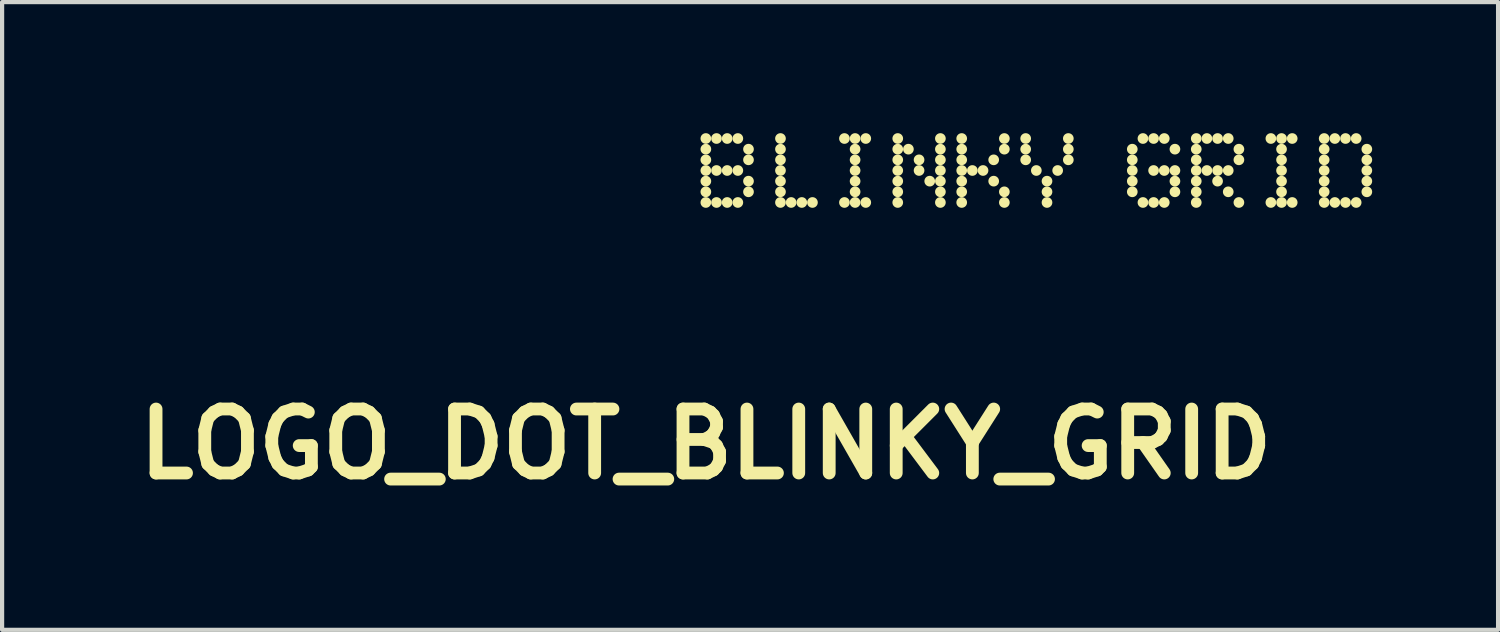
<source format=kicad_pcb>
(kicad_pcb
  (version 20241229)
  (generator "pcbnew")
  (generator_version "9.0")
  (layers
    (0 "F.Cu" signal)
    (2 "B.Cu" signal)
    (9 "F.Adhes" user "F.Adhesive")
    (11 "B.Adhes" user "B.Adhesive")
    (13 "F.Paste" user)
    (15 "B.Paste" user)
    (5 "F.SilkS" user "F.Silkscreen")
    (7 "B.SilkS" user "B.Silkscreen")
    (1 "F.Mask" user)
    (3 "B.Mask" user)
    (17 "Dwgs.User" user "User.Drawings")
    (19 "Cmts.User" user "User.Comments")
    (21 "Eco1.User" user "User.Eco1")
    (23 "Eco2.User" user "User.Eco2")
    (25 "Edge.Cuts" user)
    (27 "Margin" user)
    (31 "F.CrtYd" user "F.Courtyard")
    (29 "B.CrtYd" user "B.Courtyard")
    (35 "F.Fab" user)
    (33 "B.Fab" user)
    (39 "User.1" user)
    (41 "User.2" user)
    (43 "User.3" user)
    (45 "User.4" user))
  (footprint "LOGO_DOT_BLINKY_GRID"
    (layer "F.Cu")
    (at 13.767 0.25)
    (property "Reference" "LOGO_DOT_BLINKY_GRID" (at 0 7.28 0) (layer "F.SilkS") (effects (font (size 1.524 1.524) (thickness 0.305))))
    (attr through_hole)
    (fp_line (start 0 0) (end 0 0) (stroke (width 0.254) (type solid)) (layer "F.SilkS"))
    (fp_line (start 0 0.254) (end 0 0.254) (stroke (width 0.254) (type solid)) (layer "F.SilkS"))
    (fp_line (start 0 0.508) (end 0 0.508) (stroke (width 0.254) (type solid)) (layer "F.SilkS"))
    (fp_line (start 0 0.762) (end 0 0.762) (stroke (width 0.254) (type solid)) (layer "F.SilkS"))
    (fp_line (start 0 1.016) (end 0 1.016) (stroke (width 0.254) (type solid)) (layer "F.SilkS"))
    (fp_line (start 0 1.27) (end 0 1.27) (stroke (width 0.254) (type solid)) (layer "F.SilkS"))
    (fp_line (start 0 1.524) (end 0 1.524) (stroke (width 0.254) (type solid)) (layer "F.SilkS"))
    (fp_line (start 0.254 0) (end 0.254 0) (stroke (width 0.254) (type solid)) (layer "F.SilkS"))
    (fp_line (start 0.254 0.762) (end 0.254 0.762) (stroke (width 0.254) (type solid)) (layer "F.SilkS"))
    (fp_line (start 0.254 1.524) (end 0.254 1.524) (stroke (width 0.254) (type solid)) (layer "F.SilkS"))
    (fp_line (start 0.508 0) (end 0.508 0) (stroke (width 0.254) (type solid)) (layer "F.SilkS"))
    (fp_line (start 0.508 0.762) (end 0.508 0.762) (stroke (width 0.254) (type solid)) (layer "F.SilkS"))
    (fp_line (start 0.508 1.524) (end 0.508 1.524) (stroke (width 0.254) (type solid)) (layer "F.SilkS"))
    (fp_line (start 0.762 0) (end 0.762 0) (stroke (width 0.254) (type solid)) (layer "F.SilkS"))
    (fp_line (start 0.762 0.762) (end 0.762 0.762) (stroke (width 0.254) (type solid)) (layer "F.SilkS"))
    (fp_line (start 0.762 1.524) (end 0.762 1.524) (stroke (width 0.254) (type solid)) (layer "F.SilkS"))
    (fp_line (start 1.016 0.254) (end 1.016 0.254) (stroke (width 0.254) (type solid)) (layer "F.SilkS"))
    (fp_line (start 1.016 0.508) (end 1.016 0.508) (stroke (width 0.254) (type solid)) (layer "F.SilkS"))
    (fp_line (start 1.016 1.016) (end 1.016 1.016) (stroke (width 0.254) (type solid)) (layer "F.SilkS"))
    (fp_line (start 1.016 1.27) (end 1.016 1.27) (stroke (width 0.254) (type solid)) (layer "F.SilkS"))
    (fp_line (start 1.778 0) (end 1.778 0) (stroke (width 0.254) (type solid)) (layer "F.SilkS"))
    (fp_line (start 1.778 0.254) (end 1.778 0.254) (stroke (width 0.254) (type solid)) (layer "F.SilkS"))
    (fp_line (start 1.778 0.508) (end 1.778 0.508) (stroke (width 0.254) (type solid)) (layer "F.SilkS"))
    (fp_line (start 1.778 0.762) (end 1.778 0.762) (stroke (width 0.254) (type solid)) (layer "F.SilkS"))
    (fp_line (start 1.778 1.016) (end 1.778 1.016) (stroke (width 0.254) (type solid)) (layer "F.SilkS"))
    (fp_line (start 1.778 1.27) (end 1.778 1.27) (stroke (width 0.254) (type solid)) (layer "F.SilkS"))
    (fp_line (start 1.778 1.524) (end 1.778 1.524) (stroke (width 0.254) (type solid)) (layer "F.SilkS"))
    (fp_line (start 2.032 1.524) (end 2.032 1.524) (stroke (width 0.254) (type solid)) (layer "F.SilkS"))
    (fp_line (start 2.286 1.524) (end 2.286 1.524) (stroke (width 0.254) (type solid)) (layer "F.SilkS"))
    (fp_line (start 2.54 1.524) (end 2.54 1.524) (stroke (width 0.254) (type solid)) (layer "F.SilkS"))
    (fp_line (start 3.302 0) (end 3.302 0) (stroke (width 0.254) (type solid)) (layer "F.SilkS"))
    (fp_line (start 3.302 1.524) (end 3.302 1.524) (stroke (width 0.254) (type solid)) (layer "F.SilkS"))
    (fp_line (start 3.556 0) (end 3.556 0) (stroke (width 0.254) (type solid)) (layer "F.SilkS"))
    (fp_line (start 3.556 0.254) (end 3.556 0.254) (stroke (width 0.254) (type solid)) (layer "F.SilkS"))
    (fp_line (start 3.556 0.508) (end 3.556 0.508) (stroke (width 0.254) (type solid)) (layer "F.SilkS"))
    (fp_line (start 3.556 0.762) (end 3.556 0.762) (stroke (width 0.254) (type solid)) (layer "F.SilkS"))
    (fp_line (start 3.556 1.016) (end 3.556 1.016) (stroke (width 0.254) (type solid)) (layer "F.SilkS"))
    (fp_line (start 3.556 1.27) (end 3.556 1.27) (stroke (width 0.254) (type solid)) (layer "F.SilkS"))
    (fp_line (start 3.556 1.524) (end 3.556 1.524) (stroke (width 0.254) (type solid)) (layer "F.SilkS"))
    (fp_line (start 3.81 0) (end 3.81 0) (stroke (width 0.254) (type solid)) (layer "F.SilkS"))
    (fp_line (start 3.81 1.524) (end 3.81 1.524) (stroke (width 0.254) (type solid)) (layer "F.SilkS"))
    (fp_line (start 4.572 0) (end 4.572 0) (stroke (width 0.254) (type solid)) (layer "F.SilkS"))
    (fp_line (start 4.572 0.254) (end 4.572 0.254) (stroke (width 0.254) (type solid)) (layer "F.SilkS"))
    (fp_line (start 4.572 0.508) (end 4.572 0.508) (stroke (width 0.254) (type solid)) (layer "F.SilkS"))
    (fp_line (start 4.572 0.762) (end 4.572 0.762) (stroke (width 0.254) (type solid)) (layer "F.SilkS"))
    (fp_line (start 4.572 1.016) (end 4.572 1.016) (stroke (width 0.254) (type solid)) (layer "F.SilkS"))
    (fp_line (start 4.572 1.27) (end 4.572 1.27) (stroke (width 0.254) (type solid)) (layer "F.SilkS"))
    (fp_line (start 4.572 1.524) (end 4.572 1.524) (stroke (width 0.254) (type solid)) (layer "F.SilkS"))
    (fp_line (start 4.826 0.254) (end 4.826 0.254) (stroke (width 0.254) (type solid)) (layer "F.SilkS"))
    (fp_line (start 5.08 0.508) (end 5.08 0.508) (stroke (width 0.254) (type solid)) (layer "F.SilkS"))
    (fp_line (start 5.08 0.762) (end 5.08 0.762) (stroke (width 0.254) (type solid)) (layer "F.SilkS"))
    (fp_line (start 5.334 1.016) (end 5.334 1.016) (stroke (width 0.254) (type solid)) (layer "F.SilkS"))
    (fp_line (start 5.588 0) (end 5.588 0) (stroke (width 0.254) (type solid)) (layer "F.SilkS"))
    (fp_line (start 5.588 0.254) (end 5.588 0.254) (stroke (width 0.254) (type solid)) (layer "F.SilkS"))
    (fp_line (start 5.588 0.508) (end 5.588 0.508) (stroke (width 0.254) (type solid)) (layer "F.SilkS"))
    (fp_line (start 5.588 0.762) (end 5.588 0.762) (stroke (width 0.254) (type solid)) (layer "F.SilkS"))
    (fp_line (start 5.588 1.016) (end 5.588 1.016) (stroke (width 0.254) (type solid)) (layer "F.SilkS"))
    (fp_line (start 5.588 1.27) (end 5.588 1.27) (stroke (width 0.254) (type solid)) (layer "F.SilkS"))
    (fp_line (start 5.588 1.524) (end 5.588 1.524) (stroke (width 0.254) (type solid)) (layer "F.SilkS"))
    (fp_line (start 6.096 0) (end 6.096 0) (stroke (width 0.254) (type solid)) (layer "F.SilkS"))
    (fp_line (start 6.096 0.254) (end 6.096 0.254) (stroke (width 0.254) (type solid)) (layer "F.SilkS"))
    (fp_line (start 6.096 0.508) (end 6.096 0.508) (stroke (width 0.254) (type solid)) (layer "F.SilkS"))
    (fp_line (start 6.096 0.762) (end 6.096 0.762) (stroke (width 0.254) (type solid)) (layer "F.SilkS"))
    (fp_line (start 6.096 1.016) (end 6.096 1.016) (stroke (width 0.254) (type solid)) (layer "F.SilkS"))
    (fp_line (start 6.096 1.27) (end 6.096 1.27) (stroke (width 0.254) (type solid)) (layer "F.SilkS"))
    (fp_line (start 6.096 1.524) (end 6.096 1.524) (stroke (width 0.254) (type solid)) (layer "F.SilkS"))
    (fp_line (start 6.35 0.762) (end 6.35 0.762) (stroke (width 0.254) (type solid)) (layer "F.SilkS"))
    (fp_line (start 6.604 0.762) (end 6.604 0.762) (stroke (width 0.254) (type solid)) (layer "F.SilkS"))
    (fp_line (start 6.858 0.508) (end 6.858 0.508) (stroke (width 0.254) (type solid)) (layer "F.SilkS"))
    (fp_line (start 6.858 1.016) (end 6.858 1.016) (stroke (width 0.254) (type solid)) (layer "F.SilkS"))
    (fp_line (start 7.112 0) (end 7.112 0) (stroke (width 0.254) (type solid)) (layer "F.SilkS"))
    (fp_line (start 7.112 0.254) (end 7.112 0.254) (stroke (width 0.254) (type solid)) (layer "F.SilkS"))
    (fp_line (start 7.112 1.27) (end 7.112 1.27) (stroke (width 0.254) (type solid)) (layer "F.SilkS"))
    (fp_line (start 7.112 1.524) (end 7.112 1.524) (stroke (width 0.254) (type solid)) (layer "F.SilkS"))
    (fp_line (start 7.62 0) (end 7.62 0) (stroke (width 0.254) (type solid)) (layer "F.SilkS"))
    (fp_line (start 7.62 0.254) (end 7.62 0.254) (stroke (width 0.254) (type solid)) (layer "F.SilkS"))
    (fp_line (start 7.62 0.508) (end 7.62 0.508) (stroke (width 0.254) (type solid)) (layer "F.SilkS"))
    (fp_line (start 7.874 0.762) (end 7.874 0.762) (stroke (width 0.254) (type solid)) (layer "F.SilkS"))
    (fp_line (start 8.128 1.016) (end 8.128 1.016) (stroke (width 0.254) (type solid)) (layer "F.SilkS"))
    (fp_line (start 8.128 1.27) (end 8.128 1.27) (stroke (width 0.254) (type solid)) (layer "F.SilkS"))
    (fp_line (start 8.128 1.524) (end 8.128 1.524) (stroke (width 0.254) (type solid)) (layer "F.SilkS"))
    (fp_line (start 8.382 0.762) (end 8.382 0.762) (stroke (width 0.254) (type solid)) (layer "F.SilkS"))
    (fp_line (start 8.636 0) (end 8.636 0) (stroke (width 0.254) (type solid)) (layer "F.SilkS"))
    (fp_line (start 8.636 0.254) (end 8.636 0.254) (stroke (width 0.254) (type solid)) (layer "F.SilkS"))
    (fp_line (start 8.636 0.508) (end 8.636 0.508) (stroke (width 0.254) (type solid)) (layer "F.SilkS"))
    (fp_line (start 10.16 0.254) (end 10.16 0.254) (stroke (width 0.254) (type solid)) (layer "F.SilkS"))
    (fp_line (start 10.16 0.508) (end 10.16 0.508) (stroke (width 0.254) (type solid)) (layer "F.SilkS"))
    (fp_line (start 10.16 0.762) (end 10.16 0.762) (stroke (width 0.254) (type solid)) (layer "F.SilkS"))
    (fp_line (start 10.16 1.016) (end 10.16 1.016) (stroke (width 0.254) (type solid)) (layer "F.SilkS"))
    (fp_line (start 10.16 1.27) (end 10.16 1.27) (stroke (width 0.254) (type solid)) (layer "F.SilkS"))
    (fp_line (start 10.414 0) (end 10.414 0) (stroke (width 0.254) (type solid)) (layer "F.SilkS"))
    (fp_line (start 10.414 1.524) (end 10.414 1.524) (stroke (width 0.254) (type solid)) (layer "F.SilkS"))
    (fp_line (start 10.668 0) (end 10.668 0) (stroke (width 0.254) (type solid)) (layer "F.SilkS"))
    (fp_line (start 10.668 0.762) (end 10.668 0.762) (stroke (width 0.254) (type solid)) (layer "F.SilkS"))
    (fp_line (start 10.668 1.524) (end 10.668 1.524) (stroke (width 0.254) (type solid)) (layer "F.SilkS"))
    (fp_line (start 10.922 0) (end 10.922 0) (stroke (width 0.254) (type solid)) (layer "F.SilkS"))
    (fp_line (start 10.922 0.762) (end 10.922 0.762) (stroke (width 0.254) (type solid)) (layer "F.SilkS"))
    (fp_line (start 10.922 1.524) (end 10.922 1.524) (stroke (width 0.254) (type solid)) (layer "F.SilkS"))
    (fp_line (start 11.176 0.254) (end 11.176 0.254) (stroke (width 0.254) (type solid)) (layer "F.SilkS"))
    (fp_line (start 11.176 0.762) (end 11.176 0.762) (stroke (width 0.254) (type solid)) (layer "F.SilkS"))
    (fp_line (start 11.176 1.016) (end 11.176 1.016) (stroke (width 0.254) (type solid)) (layer "F.SilkS"))
    (fp_line (start 11.176 1.27) (end 11.176 1.27) (stroke (width 0.254) (type solid)) (layer "F.SilkS"))
    (fp_line (start 11.684 0) (end 11.684 0) (stroke (width 0.254) (type solid)) (layer "F.SilkS"))
    (fp_line (start 11.684 0.254) (end 11.684 0.254) (stroke (width 0.254) (type solid)) (layer "F.SilkS"))
    (fp_line (start 11.684 0.508) (end 11.684 0.508) (stroke (width 0.254) (type solid)) (layer "F.SilkS"))
    (fp_line (start 11.684 0.762) (end 11.684 0.762) (stroke (width 0.254) (type solid)) (layer "F.SilkS"))
    (fp_line (start 11.684 1.016) (end 11.684 1.016) (stroke (width 0.254) (type solid)) (layer "F.SilkS"))
    (fp_line (start 11.684 1.27) (end 11.684 1.27) (stroke (width 0.254) (type solid)) (layer "F.SilkS"))
    (fp_line (start 11.684 1.524) (end 11.684 1.524) (stroke (width 0.254) (type solid)) (layer "F.SilkS"))
    (fp_line (start 11.938 0) (end 11.938 0) (stroke (width 0.254) (type solid)) (layer "F.SilkS"))
    (fp_line (start 11.938 0.762) (end 11.938 0.762) (stroke (width 0.254) (type solid)) (layer "F.SilkS"))
    (fp_line (start 12.192 0) (end 12.192 0) (stroke (width 0.254) (type solid)) (layer "F.SilkS"))
    (fp_line (start 12.192 0.762) (end 12.192 0.762) (stroke (width 0.254) (type solid)) (layer "F.SilkS"))
    (fp_line (start 12.192 1.016) (end 12.192 1.016) (stroke (width 0.254) (type solid)) (layer "F.SilkS"))
    (fp_line (start 12.446 0) (end 12.446 0) (stroke (width 0.254) (type solid)) (layer "F.SilkS"))
    (fp_line (start 12.446 0.762) (end 12.446 0.762) (stroke (width 0.254) (type solid)) (layer "F.SilkS"))
    (fp_line (start 12.446 1.27) (end 12.446 1.27) (stroke (width 0.254) (type solid)) (layer "F.SilkS"))
    (fp_line (start 12.7 0.254) (end 12.7 0.254) (stroke (width 0.254) (type solid)) (layer "F.SilkS"))
    (fp_line (start 12.7 0.508) (end 12.7 0.508) (stroke (width 0.254) (type solid)) (layer "F.SilkS"))
    (fp_line (start 12.7 1.524) (end 12.7 1.524) (stroke (width 0.254) (type solid)) (layer "F.SilkS"))
    (fp_line (start 13.462 0) (end 13.462 0) (stroke (width 0.254) (type solid)) (layer "F.SilkS"))
    (fp_line (start 13.462 1.524) (end 13.462 1.524) (stroke (width 0.254) (type solid)) (layer "F.SilkS"))
    (fp_line (start 13.716 0) (end 13.716 0) (stroke (width 0.254) (type solid)) (layer "F.SilkS"))
    (fp_line (start 13.716 0.254) (end 13.716 0.254) (stroke (width 0.254) (type solid)) (layer "F.SilkS"))
    (fp_line (start 13.716 0.508) (end 13.716 0.508) (stroke (width 0.254) (type solid)) (layer "F.SilkS"))
    (fp_line (start 13.716 0.762) (end 13.716 0.762) (stroke (width 0.254) (type solid)) (layer "F.SilkS"))
    (fp_line (start 13.716 1.016) (end 13.716 1.016) (stroke (width 0.254) (type solid)) (layer "F.SilkS"))
    (fp_line (start 13.716 1.27) (end 13.716 1.27) (stroke (width 0.254) (type solid)) (layer "F.SilkS"))
    (fp_line (start 13.716 1.524) (end 13.716 1.524) (stroke (width 0.254) (type solid)) (layer "F.SilkS"))
    (fp_line (start 13.97 0) (end 13.97 0) (stroke (width 0.254) (type solid)) (layer "F.SilkS"))
    (fp_line (start 13.97 1.524) (end 13.97 1.524) (stroke (width 0.254) (type solid)) (layer "F.SilkS"))
    (fp_line (start 14.732 0) (end 14.732 0) (stroke (width 0.254) (type solid)) (layer "F.SilkS"))
    (fp_line (start 14.732 0.254) (end 14.732 0.254) (stroke (width 0.254) (type solid)) (layer "F.SilkS"))
    (fp_line (start 14.732 0.508) (end 14.732 0.508) (stroke (width 0.254) (type solid)) (layer "F.SilkS"))
    (fp_line (start 14.732 0.762) (end 14.732 0.762) (stroke (width 0.254) (type solid)) (layer "F.SilkS"))
    (fp_line (start 14.732 1.016) (end 14.732 1.016) (stroke (width 0.254) (type solid)) (layer "F.SilkS"))
    (fp_line (start 14.732 1.27) (end 14.732 1.27) (stroke (width 0.254) (type solid)) (layer "F.SilkS"))
    (fp_line (start 14.732 1.524) (end 14.732 1.524) (stroke (width 0.254) (type solid)) (layer "F.SilkS"))
    (fp_line (start 14.986 0) (end 14.986 0) (stroke (width 0.254) (type solid)) (layer "F.SilkS"))
    (fp_line (start 14.986 1.524) (end 14.986 1.524) (stroke (width 0.254) (type solid)) (layer "F.SilkS"))
    (fp_line (start 15.24 0) (end 15.24 0) (stroke (width 0.254) (type solid)) (layer "F.SilkS"))
    (fp_line (start 15.24 1.524) (end 15.24 1.524) (stroke (width 0.254) (type solid)) (layer "F.SilkS"))
    (fp_line (start 15.494 0) (end 15.494 0) (stroke (width 0.254) (type solid)) (layer "F.SilkS"))
    (fp_line (start 15.494 1.524) (end 15.494 1.524) (stroke (width 0.254) (type solid)) (layer "F.SilkS"))
    (fp_line (start 15.748 0.254) (end 15.748 0.254) (stroke (width 0.254) (type solid)) (layer "F.SilkS"))
    (fp_line (start 15.748 0.508) (end 15.748 0.508) (stroke (width 0.254) (type solid)) (layer "F.SilkS"))
    (fp_line (start 15.748 0.762) (end 15.748 0.762) (stroke (width 0.254) (type solid)) (layer "F.SilkS"))
    (fp_line (start 15.748 1.016) (end 15.748 1.016) (stroke (width 0.254) (type solid)) (layer "F.SilkS"))
    (fp_line (start 15.748 1.27) (end 15.748 1.27) (stroke (width 0.254) (type solid)) (layer "F.SilkS")))
  (gr_rect
    (start -3 -3)
    (end 32.642 11.956)
    (stroke (width 0.1) (type default))
    (fill no)
    (layer "Edge.Cuts")))
</source>
